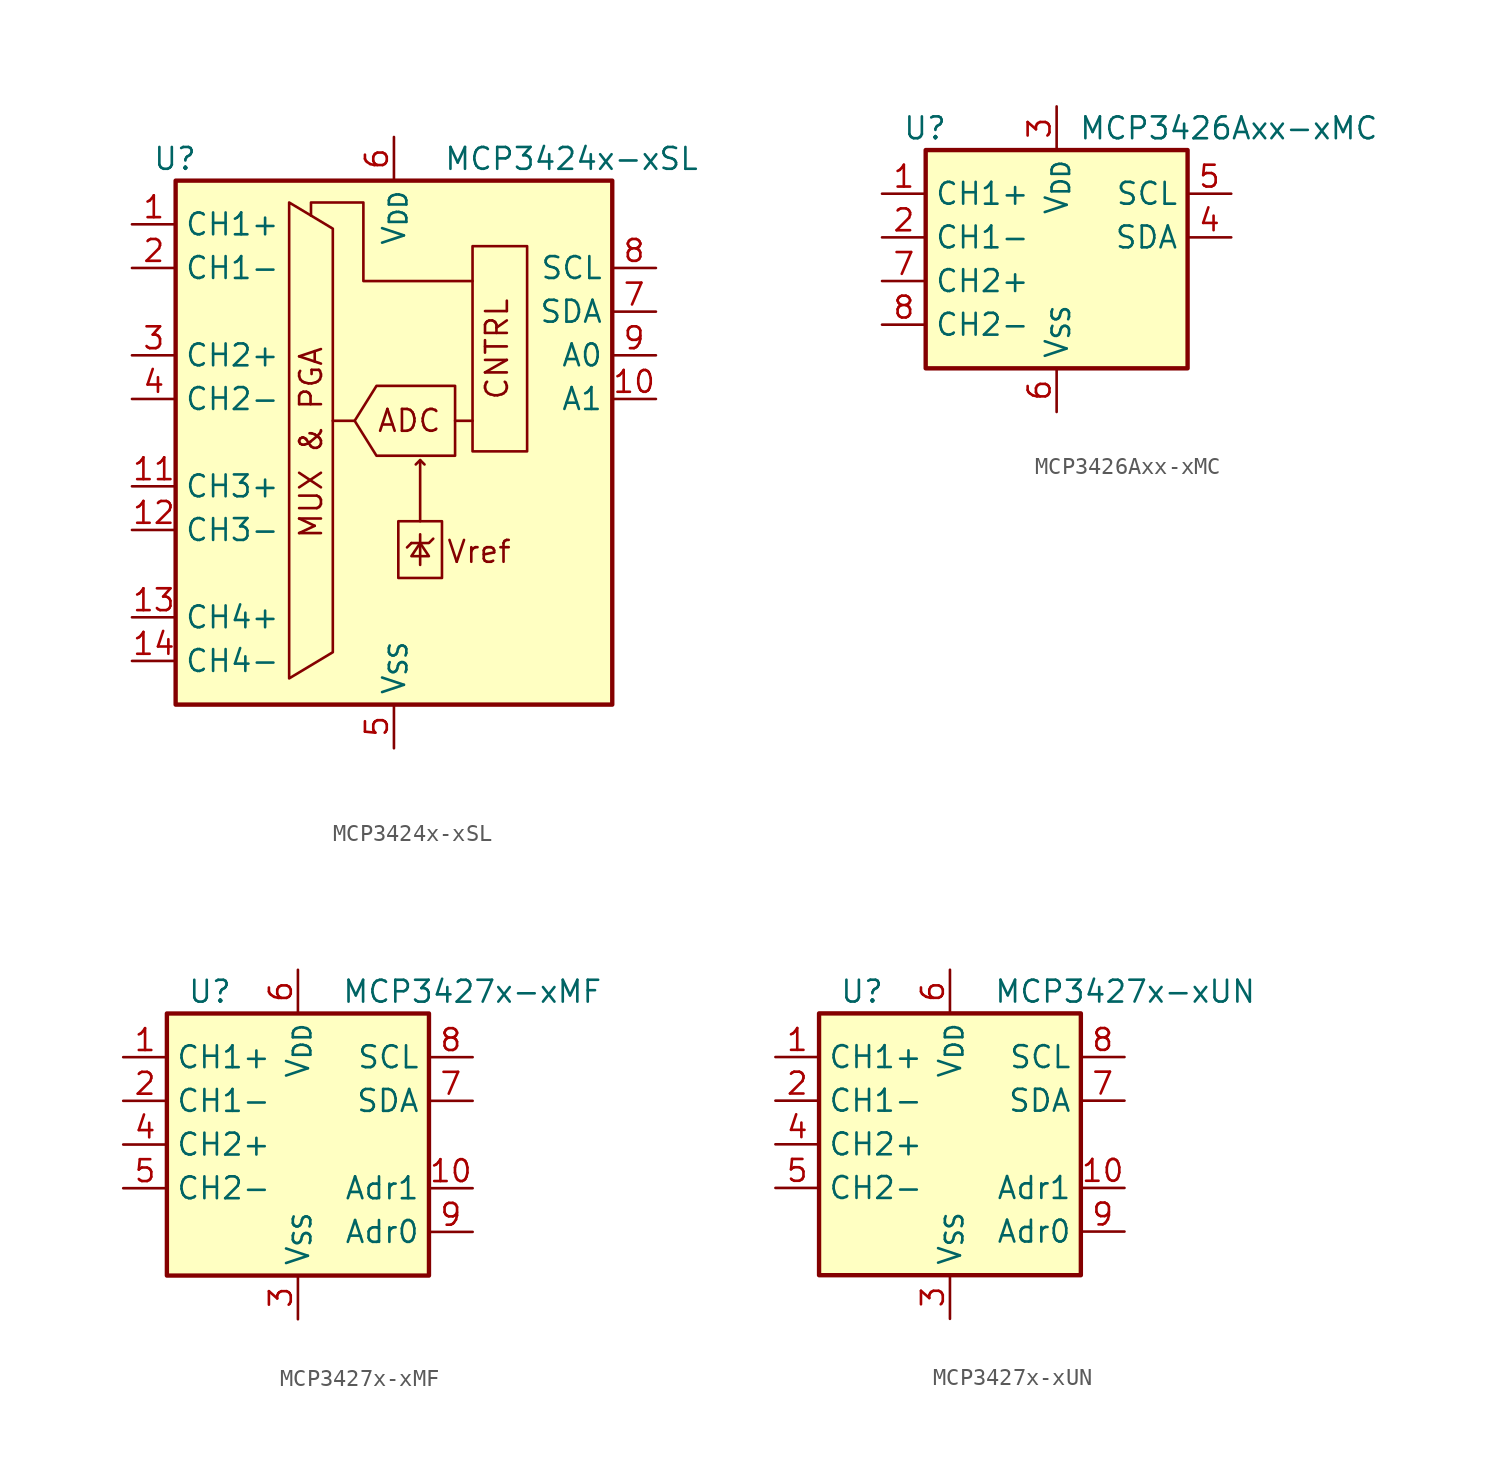
<source format=kicad_sym>
(kicad_symbol_lib
  (version 20241209)
  (generator "kicad_symbol_editor")
  (generator_version "9.0")
  (symbol "MCP3424x-xSL"
    (property "Reference" "U"
      (at -11.43 16.51 0)
      (effects (font (size 1.27 1.27)) (justify right)))
    (property "Value" "MCP3424x-xSL"
      (at 17.78 16.51 0)
      (effects (font (size 1.27 1.27)) (justify right)))
    (symbol "MCP3424x-xSL_0_0"
      (polyline (pts (xy -6.096 13.97) (xy -3.556 12.446) (xy -3.556 -12.192) (xy -6.096 -13.716) (xy -6.096 13.97)) (stroke (width 0) (type default)) (fill (type none)))
      (polyline (pts (xy 3.556 3.302) (xy 3.556 -0.762) (xy -1.016 -0.762) (xy -2.286 1.27) (xy -1.016 3.302) (xy 3.556 3.302)) (stroke (width 0) (type default)) (fill (type none)))
      (polyline (pts (xy 4.572 9.398) (xy -1.778 9.398) (xy -1.778 13.97) (xy -4.826 13.97) (xy -4.826 13.208)) (stroke (width 0) (type default)) (fill (type none)))
      (text "MUX & PGA" (at -4.826 0 900) (effects (font (size 1.27 1.27))))
      (text "ADC" (at 0.889 1.27 0) (effects (font (size 1.27 1.27))))
      (text "Vref" (at 4.953 -6.35 0) (effects (font (size 1.27 1.27))))
      (text "CNTRL" (at 6.731 2.413 900) (effects (font (size 1.27 1.27)) (justify left bottom))))
    (symbol "MCP3424x-xSL_0_1"
      (polyline (pts (xy -3.556 1.27) (xy -2.286 1.27)) (stroke (width 0) (type default)) (fill (type none)))
      (rectangle (start 0.254 -4.572) (end 2.794 -7.874) (stroke (width 0) (type default)) (fill (type none)))
      (polyline (pts (xy 1.016 -5.842) (xy 0.762 -6.096)) (stroke (width 0) (type default)) (fill (type none)))
      (polyline (pts (xy 1.016 -5.842) (xy 2.032 -5.842) (xy 2.286 -5.588)) (stroke (width 0) (type default)) (fill (type none)))
      (polyline (pts (xy 1.524 -1.016) (xy 1.778 -1.27)) (stroke (width 0) (type default)) (fill (type none)))
      (polyline (pts (xy 1.524 -4.572) (xy 1.524 -1.016) (xy 1.27 -1.27)) (stroke (width 0) (type default)) (fill (type none)))
      (polyline (pts (xy 1.524 -5.334) (xy 1.524 -7.112)) (stroke (width 0) (type default)) (fill (type none)))
      (polyline (pts (xy 1.524 -5.842) (xy 1.016 -6.604) (xy 2.032 -6.604) (xy 1.524 -5.842)) (stroke (width 0) (type default)) (fill (type none)))
      (polyline (pts (xy 3.556 1.27) (xy 4.572 1.27)) (stroke (width 0) (type default)) (fill (type none)))
      (rectangle (start 4.572 -0.508) (end 7.747 11.43) (stroke (width 0) (type default)) (fill (type none))))
    (symbol "MCP3424x-xSL_1_1"
      (rectangle (start -12.7 15.24) (end 12.7 -15.24) (stroke (width 0.254) (type default)) (fill (type background)))
      (pin input line (at -15.24 12.7 0) (length 2.54) (name "CH1+" (effects (font (size 1.27 1.27)))) (number "1" (effects (font (size 1.27 1.27)))))
      (pin input line (at -15.24 10.16 0) (length 2.54) (name "CH1-" (effects (font (size 1.27 1.27)))) (number "2" (effects (font (size 1.27 1.27)))))
      (pin input line (at -15.24 5.08 0) (length 2.54) (name "CH2+" (effects (font (size 1.27 1.27)))) (number "3" (effects (font (size 1.27 1.27)))))
      (pin input line (at -15.24 2.54 0) (length 2.54) (name "CH2-" (effects (font (size 1.27 1.27)))) (number "4" (effects (font (size 1.27 1.27)))))
      (pin input line (at -15.24 -2.54 0) (length 2.54) (name "CH3+" (effects (font (size 1.27 1.27)))) (number "11" (effects (font (size 1.27 1.27)))))
      (pin input line (at -15.24 -5.08 0) (length 2.54) (name "CH3-" (effects (font (size 1.27 1.27)))) (number "12" (effects (font (size 1.27 1.27)))))
      (pin input line (at -15.24 -10.16 0) (length 2.54) (name "CH4+" (effects (font (size 1.27 1.27)))) (number "13" (effects (font (size 1.27 1.27)))))
      (pin input line (at -15.24 -12.7 0) (length 2.54) (name "CH4-" (effects (font (size 1.27 1.27)))) (number "14" (effects (font (size 1.27 1.27)))))
      (pin power_in line (at 0 17.78 270) (length 2.54) (name "V_{DD}" (effects (font (size 1.27 1.27)))) (number "6" (effects (font (size 1.27 1.27)))))
      (pin power_in line (at 0 -17.78 90) (length 2.54) (name "V_{SS}" (effects (font (size 1.27 1.27)))) (number "5" (effects (font (size 1.27 1.27)))))
      (pin input line (at 15.24 10.16 180) (length 2.54) (name "SCL" (effects (font (size 1.27 1.27)))) (number "8" (effects (font (size 1.27 1.27)))))
      (pin bidirectional line (at 15.24 7.62 180) (length 2.54) (name "SDA" (effects (font (size 1.27 1.27)))) (number "7" (effects (font (size 1.27 1.27)))))
      (pin input line (at 15.24 5.08 180) (length 2.54) (name "A0" (effects (font (size 1.27 1.27)))) (number "9" (effects (font (size 1.27 1.27)))))
      (pin input line (at 15.24 2.54 180) (length 2.54) (name "A1" (effects (font (size 1.27 1.27)))) (number "10" (effects (font (size 1.27 1.27)))))))
  (symbol "MCP3426Axx-xMC"
    (property "Reference" "U"
      (at -6.35 8.89 0)
      (effects (font (size 1.27 1.27)) (justify right)))
    (property "Value" "MCP3426Axx-xMC"
      (at 1.27 8.89 0)
      (effects (font (size 1.27 1.27)) (justify left)))
    (symbol "MCP3426Axx-xMC_0_1"
      (rectangle (start -7.62 7.62) (end 7.62 -5.08) (stroke (width 0.254) (type default)) (fill (type background))))
    (symbol "MCP3426Axx-xMC_1_1"
      (pin input line (at -10.16 5.08 0) (length 2.54) (name "CH1+" (effects (font (size 1.27 1.27)))) (number "1" (effects (font (size 1.27 1.27)))))
      (pin input line (at -10.16 2.54 0) (length 2.54) (name "CH1-" (effects (font (size 1.27 1.27)))) (number "2" (effects (font (size 1.27 1.27)))))
      (pin input line (at -10.16 0 0) (length 2.54) (name "CH2+" (effects (font (size 1.27 1.27)))) (number "7" (effects (font (size 1.27 1.27)))))
      (pin input line (at -10.16 -2.54 0) (length 2.54) (name "CH2-" (effects (font (size 1.27 1.27)))) (number "8" (effects (font (size 1.27 1.27)))))
      (pin power_in line (at 0 10.16 270) (length 2.54) (name "V_{DD}" (effects (font (size 1.27 1.27)))) (number "3" (effects (font (size 1.27 1.27)))))
      (pin power_in line (at 0 -7.62 90) (length 2.54) (name "V_{SS}" (effects (font (size 1.27 1.27)))) (number "6" (effects (font (size 1.27 1.27)))))
      (pin passive line (at 0 -7.62 90) (length 2.54) (hide yes) (name "V_{SS}" (effects (font (size 1.27 1.27)))) (number "9" (effects (font (size 1.27 1.27)))))
      (pin input line (at 10.16 5.08 180) (length 2.54) (name "SCL" (effects (font (size 1.27 1.27)))) (number "5" (effects (font (size 1.27 1.27)))))
      (pin bidirectional line (at 10.16 2.54 180) (length 2.54) (name "SDA" (effects (font (size 1.27 1.27)))) (number "4" (effects (font (size 1.27 1.27)))))))
  (symbol "MCP3427x-xMF"
    (property "Reference" "U"
      (at -3.81 8.89 0)
      (effects (font (size 1.27 1.27)) (justify right)))
    (property "Value" "MCP3427x-xMF"
      (at 2.54 8.89 0)
      (effects (font (size 1.27 1.27)) (justify left)))
    (symbol "MCP3427x-xMF_0_1"
      (rectangle (start -7.62 7.62) (end 7.62 -7.62) (stroke (width 0.254) (type default)) (fill (type background))))
    (symbol "MCP3427x-xMF_1_1"
      (pin input line (at -10.16 5.08 0) (length 2.54) (name "CH1+" (effects (font (size 1.27 1.27)))) (number "1" (effects (font (size 1.27 1.27)))))
      (pin input line (at -10.16 2.54 0) (length 2.54) (name "CH1-" (effects (font (size 1.27 1.27)))) (number "2" (effects (font (size 1.27 1.27)))))
      (pin input line (at -10.16 0 0) (length 2.54) (name "CH2+" (effects (font (size 1.27 1.27)))) (number "4" (effects (font (size 1.27 1.27)))))
      (pin input line (at -10.16 -2.54 0) (length 2.54) (name "CH2-" (effects (font (size 1.27 1.27)))) (number "5" (effects (font (size 1.27 1.27)))))
      (pin power_in line (at 0 10.16 270) (length 2.54) (name "V_{DD}" (effects (font (size 1.27 1.27)))) (number "6" (effects (font (size 1.27 1.27)))))
      (pin passive line (at 0 -10.16 90) (length 2.54) (hide yes) (name "V_{SS}" (effects (font (size 1.27 1.27)))) (number "11" (effects (font (size 1.27 1.27)))))
      (pin power_in line (at 0 -10.16 90) (length 2.54) (name "V_{SS}" (effects (font (size 1.27 1.27)))) (number "3" (effects (font (size 1.27 1.27)))))
      (pin input line (at 10.16 5.08 180) (length 2.54) (name "SCL" (effects (font (size 1.27 1.27)))) (number "8" (effects (font (size 1.27 1.27)))))
      (pin bidirectional line (at 10.16 2.54 180) (length 2.54) (name "SDA" (effects (font (size 1.27 1.27)))) (number "7" (effects (font (size 1.27 1.27)))))
      (pin input line (at 10.16 -2.54 180) (length 2.54) (name "Adr1" (effects (font (size 1.27 1.27)))) (number "10" (effects (font (size 1.27 1.27)))))
      (pin input line (at 10.16 -5.08 180) (length 2.54) (name "Adr0" (effects (font (size 1.27 1.27)))) (number "9" (effects (font (size 1.27 1.27)))))))
  (symbol "MCP3427x-xUN"
    (property "Reference" "U"
      (at -3.81 8.89 0)
      (effects (font (size 1.27 1.27)) (justify right)))
    (property "Value" "MCP3427x-xUN"
      (at 2.54 8.89 0)
      (effects (font (size 1.27 1.27)) (justify left)))
    (symbol "MCP3427x-xUN_0_1"
      (rectangle (start -7.62 7.62) (end 7.62 -7.62) (stroke (width 0.254) (type default)) (fill (type background))))
    (symbol "MCP3427x-xUN_1_1"
      (pin input line (at -10.16 5.08 0) (length 2.54) (name "CH1+" (effects (font (size 1.27 1.27)))) (number "1" (effects (font (size 1.27 1.27)))))
      (pin input line (at -10.16 2.54 0) (length 2.54) (name "CH1-" (effects (font (size 1.27 1.27)))) (number "2" (effects (font (size 1.27 1.27)))))
      (pin input line (at -10.16 0 0) (length 2.54) (name "CH2+" (effects (font (size 1.27 1.27)))) (number "4" (effects (font (size 1.27 1.27)))))
      (pin input line (at -10.16 -2.54 0) (length 2.54) (name "CH2-" (effects (font (size 1.27 1.27)))) (number "5" (effects (font (size 1.27 1.27)))))
      (pin power_in line (at 0 10.16 270) (length 2.54) (name "V_{DD}" (effects (font (size 1.27 1.27)))) (number "6" (effects (font (size 1.27 1.27)))))
      (pin power_in line (at 0 -10.16 90) (length 2.54) (name "V_{SS}" (effects (font (size 1.27 1.27)))) (number "3" (effects (font (size 1.27 1.27)))))
      (pin input line (at 10.16 5.08 180) (length 2.54) (name "SCL" (effects (font (size 1.27 1.27)))) (number "8" (effects (font (size 1.27 1.27)))))
      (pin bidirectional line (at 10.16 2.54 180) (length 2.54) (name "SDA" (effects (font (size 1.27 1.27)))) (number "7" (effects (font (size 1.27 1.27)))))
      (pin input line (at 10.16 -2.54 180) (length 2.54) (name "Adr1" (effects (font (size 1.27 1.27)))) (number "10" (effects (font (size 1.27 1.27)))))
      (pin input line (at 10.16 -5.08 180) (length 2.54) (name "Adr0" (effects (font (size 1.27 1.27)))) (number "9" (effects (font (size 1.27 1.27))))))))
</source>
